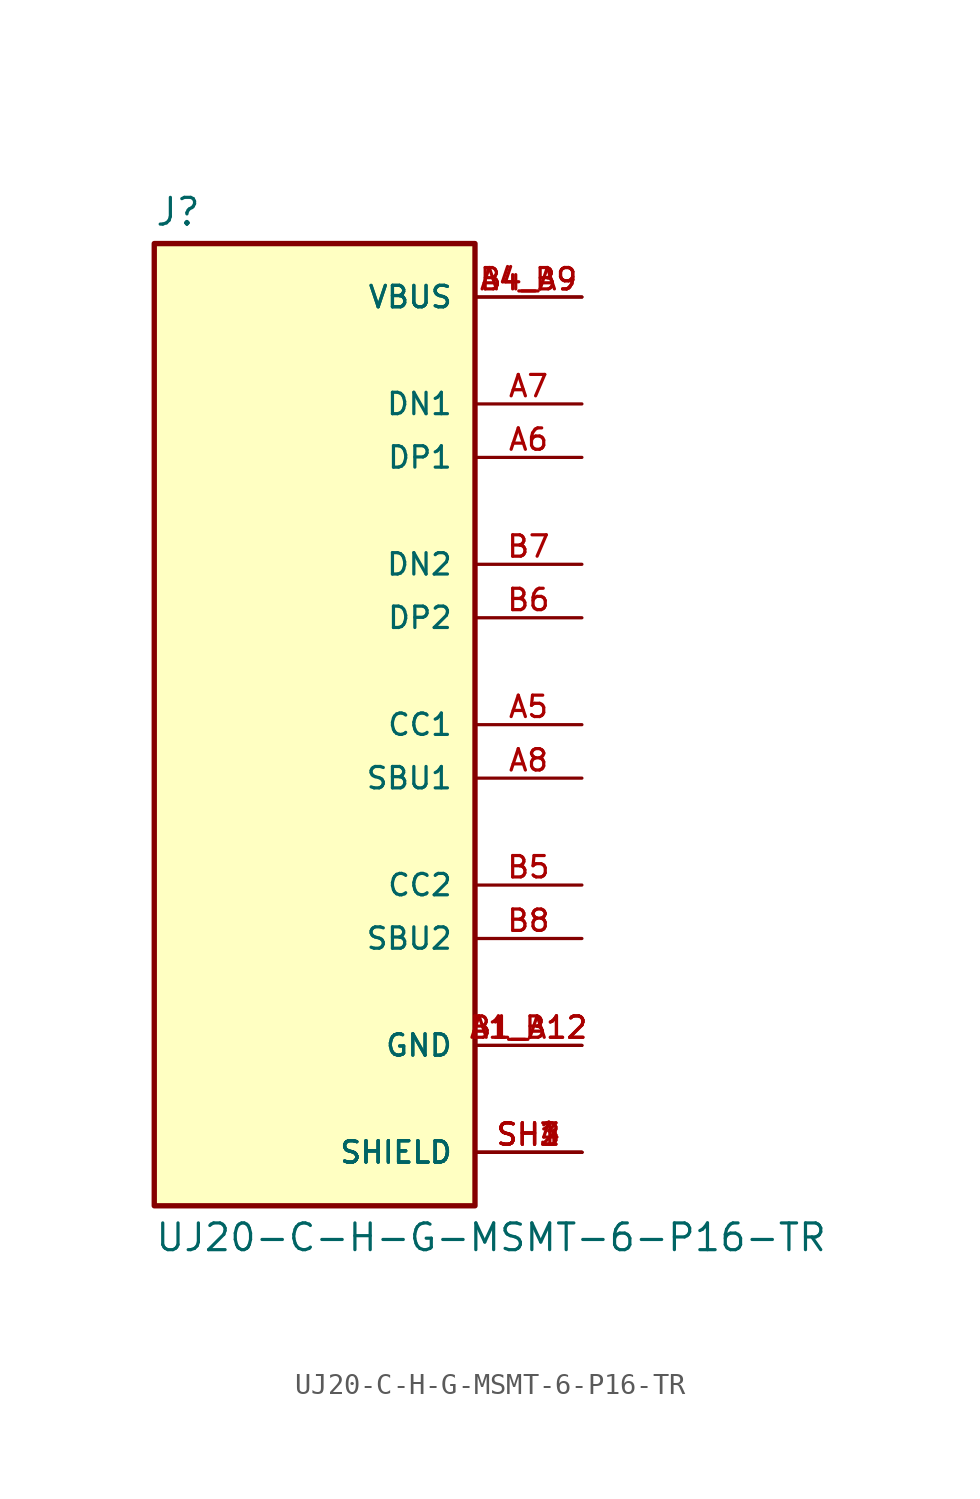
<source format=kicad_sym>
(kicad_symbol_lib
  (version 20211014)
  (generator kicad_symbol_editor)
  (symbol "UJ20-C-H-G-MSMT-6-P16-TR"
    (pin_names
      (offset 1.016))
    (property "Reference" "J"
      (at -7.62 23.622 0)
      (effects (font (size 1.27 1.27)) (justify bottom left)))
    (property "Value" "UJ20-C-H-G-MSMT-6-P16-TR"
      (at -7.62 -23.622 0)
      (effects (font (size 1.27 1.27)) (justify top left)))
    (symbol "UJ20-C-H-G-MSMT-6-P16-TR_0_0"
      (rectangle (start -7.62 -22.86) (end 7.62 22.86) (stroke (width 0.254)) (fill (type background)))
      (pin power_in line (at 12.7 20.32 180.0) (length 5.08) (name "VBUS" (effects (font (size 1.016 1.016)))) (number "A4_B9" (effects (font (size 1.016 1.016)))))
      (pin power_in line (at 12.7 20.32 180.0) (length 5.08) (name "VBUS" (effects (font (size 1.016 1.016)))) (number "B4_A9" (effects (font (size 1.016 1.016)))))
      (pin passive line (at 12.7 -20.32 180.0) (length 5.08) (name "SHIELD" (effects (font (size 1.016 1.016)))) (number "SH1" (effects (font (size 1.016 1.016)))))
      (pin passive line (at 12.7 -20.32 180.0) (length 5.08) (name "SHIELD" (effects (font (size 1.016 1.016)))) (number "SH2" (effects (font (size 1.016 1.016)))))
      (pin passive line (at 12.7 -20.32 180.0) (length 5.08) (name "SHIELD" (effects (font (size 1.016 1.016)))) (number "SH3" (effects (font (size 1.016 1.016)))))
      (pin passive line (at 12.7 -20.32 180.0) (length 5.08) (name "SHIELD" (effects (font (size 1.016 1.016)))) (number "SH4" (effects (font (size 1.016 1.016)))))
      (pin passive line (at 12.7 15.24 180.0) (length 5.08) (name "DN1" (effects (font (size 1.016 1.016)))) (number "A7" (effects (font (size 1.016 1.016)))))
      (pin passive line (at 12.7 12.7 180.0) (length 5.08) (name "DP1" (effects (font (size 1.016 1.016)))) (number "A6" (effects (font (size 1.016 1.016)))))
      (pin passive line (at 12.7 7.62 180.0) (length 5.08) (name "DN2" (effects (font (size 1.016 1.016)))) (number "B7" (effects (font (size 1.016 1.016)))))
      (pin passive line (at 12.7 5.08 180.0) (length 5.08) (name "DP2" (effects (font (size 1.016 1.016)))) (number "B6" (effects (font (size 1.016 1.016)))))
      (pin power_in line (at 12.7 -15.24 180.0) (length 5.08) (name "GND" (effects (font (size 1.016 1.016)))) (number "A1_B12" (effects (font (size 1.016 1.016)))))
      (pin power_in line (at 12.7 -15.24 180.0) (length 5.08) (name "GND" (effects (font (size 1.016 1.016)))) (number "B1_A12" (effects (font (size 1.016 1.016)))))
      (pin passive line (at 12.7 0.0 180.0) (length 5.08) (name "CC1" (effects (font (size 1.016 1.016)))) (number "A5" (effects (font (size 1.016 1.016)))))
      (pin passive line (at 12.7 -2.54 180.0) (length 5.08) (name "SBU1" (effects (font (size 1.016 1.016)))) (number "A8" (effects (font (size 1.016 1.016)))))
      (pin passive line (at 12.7 -7.62 180.0) (length 5.08) (name "CC2" (effects (font (size 1.016 1.016)))) (number "B5" (effects (font (size 1.016 1.016)))))
      (pin passive line (at 12.7 -10.16 180.0) (length 5.08) (name "SBU2" (effects (font (size 1.016 1.016)))) (number "B8" (effects (font (size 1.016 1.016))))))))
</source>
